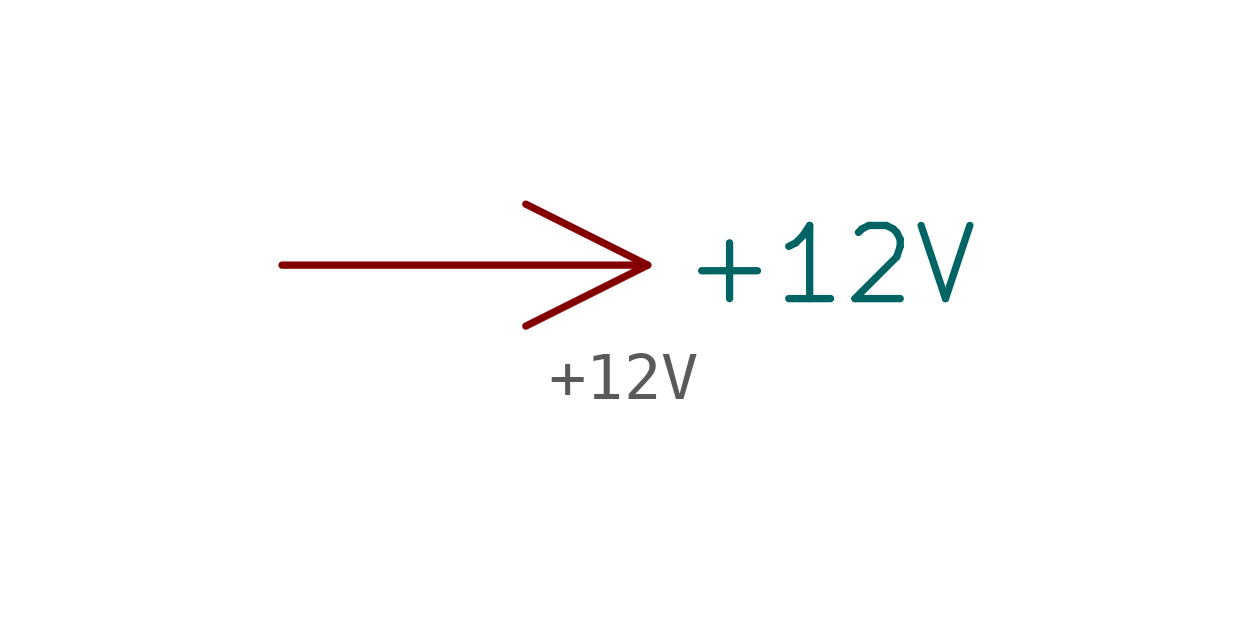
<source format=kicad_sym>
(kicad_symbol_lib
  (version 20220914)
  (generator kicad_symbol_editor)
  (symbol "+12V"
    (power)
    (pin_numbers hide)
    (pin_names
      (offset 0))
    (property "Reference" ""
      (at 2.54 -1.27 0)
      (effects (font (size 1.524 1.524)) hide))
    (property "Value" "+12V"
      (at 11.43 0 0)
      (do_not_autoplace)
      (effects (font (size 1.524 1.524))))
    (property "Footprint" ""
      (at 0 0 0)
      (effects (font (size 1.524 1.524))))
    (property "Datasheet" ""
      (at 0 0 0)
      (effects (font (size 1.524 1.524))))
    (symbol "+12V_0_1"
      (polyline (pts (xy 0 0) (xy 7.62 0)) (stroke (width 0) (type solid)) (fill (type none)))
      (polyline (pts (xy 5.08 1.27) (xy 7.62 0) (xy 5.08 -1.27)) (stroke (width 0) (type solid)) (fill (type none))))
    (symbol "+12V_1_1"
      (pin power_in line (at 0 0 0) (length 5.08) hide (name "+12V" (effects (font (size 1.27 1.27)))) (number "~" (effects (font (size 1.27 1.27))))))))
</source>
